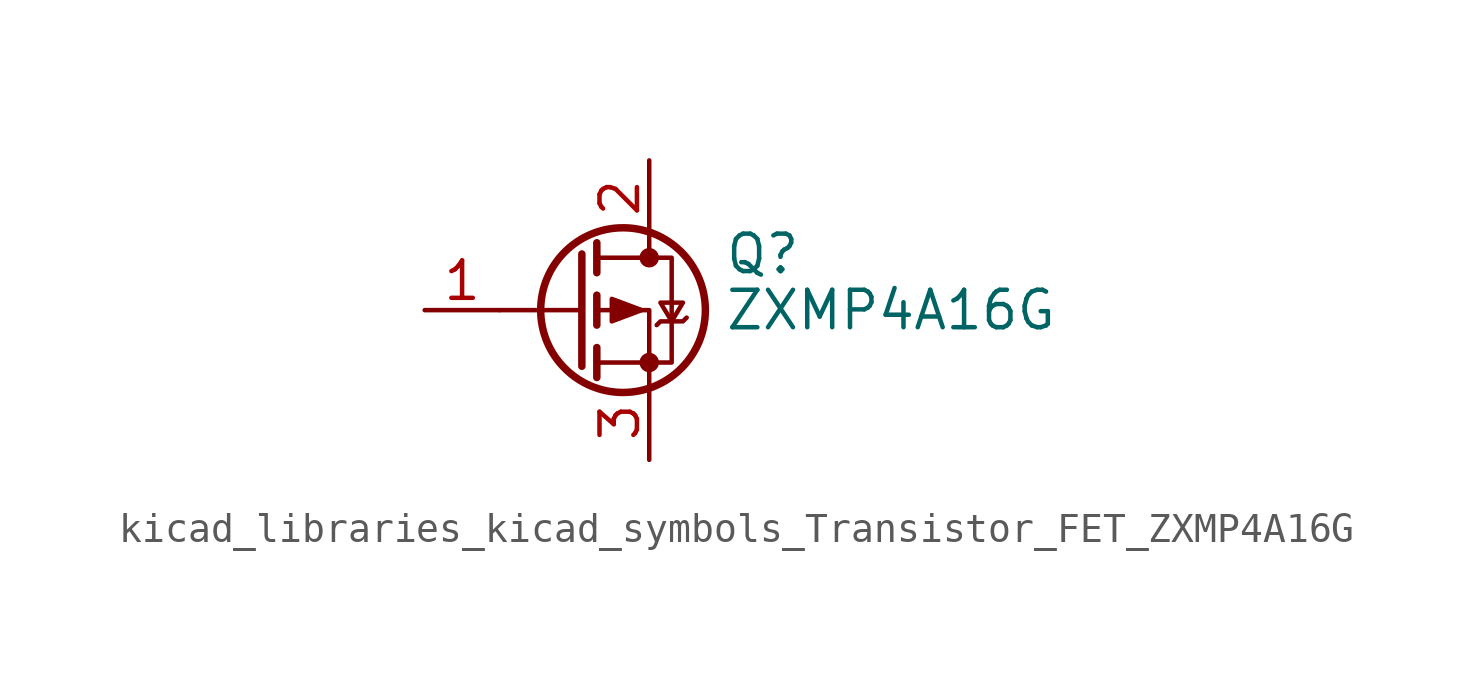
<source format=kicad_sym>
(kicad_symbol_lib
  (version 20220914)
  (generator kicad_symbol_editor)
  (symbol "kicad_libraries_kicad_symbols_Transistor_FET_ZXMP4A16G"
    (pin_names hide)
    (property "Reference" "Q"
      (at 5.08 1.905 0)
      (effects (font (size 1.27 1.27)) (justify left)))
    (property "Value" "ZXMP4A16G"
      (at 5.08 0 0)
      (effects (font (size 1.27 1.27)) (justify left)))
    (symbol "kicad_libraries_kicad_symbols_Transistor_FET_ZXMP4A16G_0_1"
      (polyline (pts (xy 0.254 0) (xy -2.54 0)) (stroke (width 0) (type default)) (fill (type none)))
      (polyline (pts (xy 0.254 1.905) (xy 0.254 -1.905)) (stroke (width 0.254) (type default)) (fill (type none)))
      (polyline (pts (xy 0.762 -1.27) (xy 0.762 -2.286)) (stroke (width 0.254) (type default)) (fill (type none)))
      (polyline (pts (xy 0.762 0.508) (xy 0.762 -0.508)) (stroke (width 0.254) (type default)) (fill (type none)))
      (polyline (pts (xy 0.762 2.286) (xy 0.762 1.27)) (stroke (width 0.254) (type default)) (fill (type none)))
      (polyline (pts (xy 2.54 2.54) (xy 2.54 1.778)) (stroke (width 0) (type default)) (fill (type none)))
      (polyline (pts (xy 2.54 -2.54) (xy 2.54 0) (xy 0.762 0)) (stroke (width 0) (type default)) (fill (type none)))
      (polyline (pts (xy 0.762 1.778) (xy 3.302 1.778) (xy 3.302 -1.778) (xy 0.762 -1.778)) (stroke (width 0) (type default)) (fill (type none)))
      (polyline (pts (xy 2.286 0) (xy 1.27 0.381) (xy 1.27 -0.381) (xy 2.286 0)) (stroke (width 0) (type default)) (fill (type outline)))
      (polyline (pts (xy 2.794 -0.508) (xy 2.921 -0.381) (xy 3.683 -0.381) (xy 3.81 -0.254)) (stroke (width 0) (type default)) (fill (type none)))
      (polyline (pts (xy 3.302 -0.381) (xy 2.921 0.254) (xy 3.683 0.254) (xy 3.302 -0.381)) (stroke (width 0) (type default)) (fill (type none)))
      (circle (center 1.651 0) (radius 2.794) (stroke (width 0.254) (type default)) (fill (type none)))
      (circle (center 2.54 -1.778) (radius 0.254) (stroke (width 0) (type default)) (fill (type outline)))
      (circle (center 2.54 1.778) (radius 0.254) (stroke (width 0) (type default)) (fill (type outline))))
    (symbol "kicad_libraries_kicad_symbols_Transistor_FET_ZXMP4A16G_1_1"
      (pin input line (at -5.08 0 0) (length 2.54) (name "G" (effects (font (size 1.27 1.27)))) (number "1" (effects (font (size 1.27 1.27)))))
      (pin passive line (at 2.54 5.08 270) (length 2.54) (name "D" (effects (font (size 1.27 1.27)))) (number "2" (effects (font (size 1.27 1.27)))))
      (pin passive line (at 2.54 -5.08 90) (length 2.54) (name "S" (effects (font (size 1.27 1.27)))) (number "3" (effects (font (size 1.27 1.27))))))))
</source>
